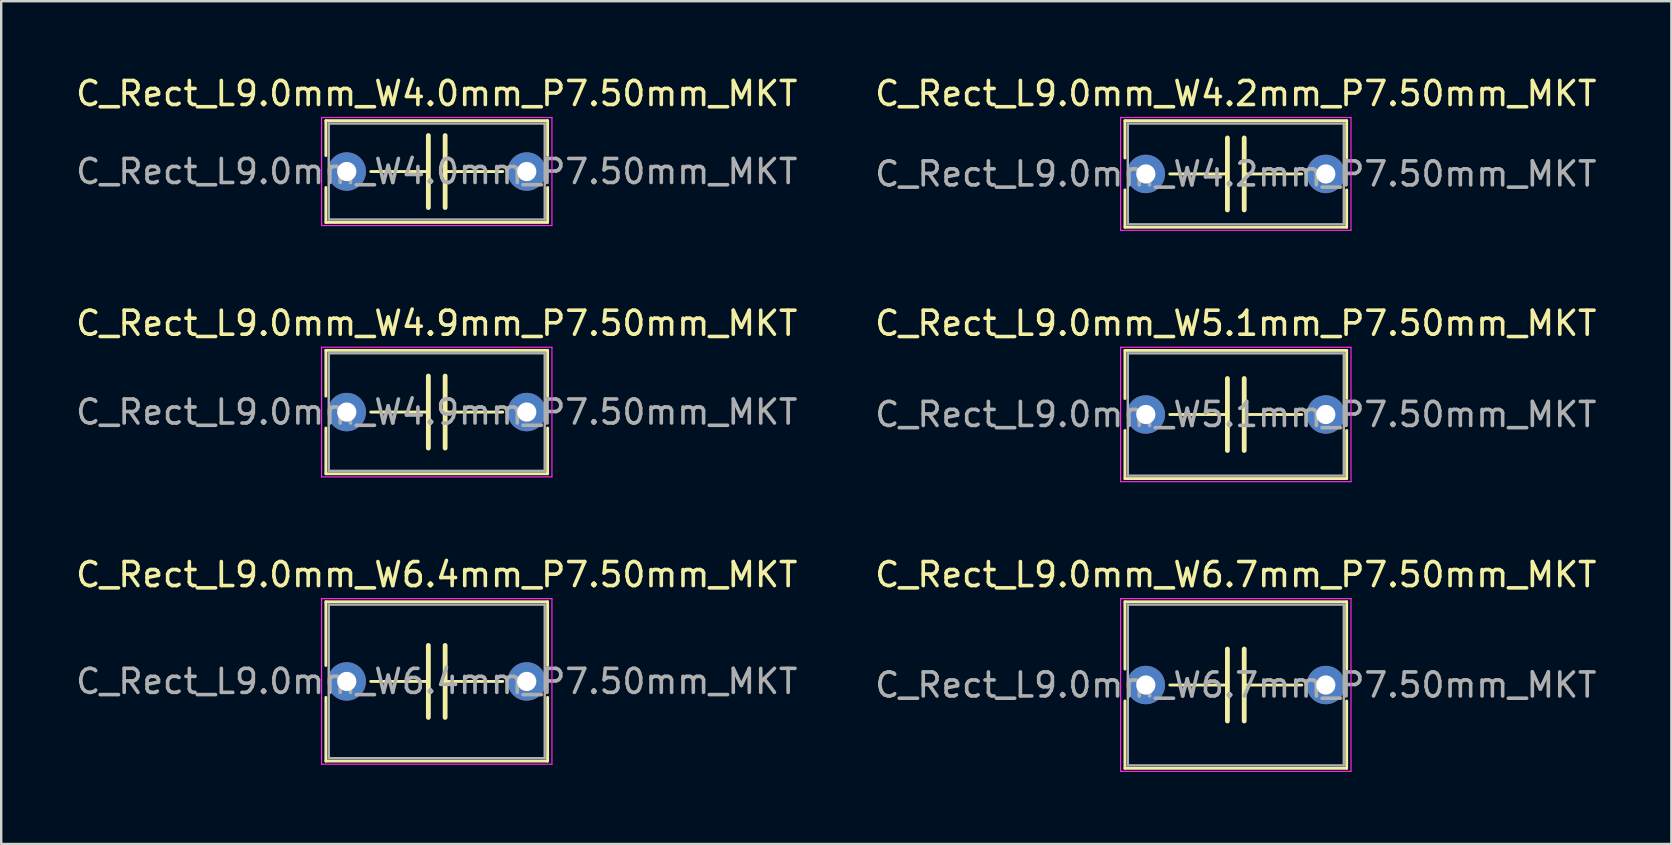
<source format=kicad_pcb>
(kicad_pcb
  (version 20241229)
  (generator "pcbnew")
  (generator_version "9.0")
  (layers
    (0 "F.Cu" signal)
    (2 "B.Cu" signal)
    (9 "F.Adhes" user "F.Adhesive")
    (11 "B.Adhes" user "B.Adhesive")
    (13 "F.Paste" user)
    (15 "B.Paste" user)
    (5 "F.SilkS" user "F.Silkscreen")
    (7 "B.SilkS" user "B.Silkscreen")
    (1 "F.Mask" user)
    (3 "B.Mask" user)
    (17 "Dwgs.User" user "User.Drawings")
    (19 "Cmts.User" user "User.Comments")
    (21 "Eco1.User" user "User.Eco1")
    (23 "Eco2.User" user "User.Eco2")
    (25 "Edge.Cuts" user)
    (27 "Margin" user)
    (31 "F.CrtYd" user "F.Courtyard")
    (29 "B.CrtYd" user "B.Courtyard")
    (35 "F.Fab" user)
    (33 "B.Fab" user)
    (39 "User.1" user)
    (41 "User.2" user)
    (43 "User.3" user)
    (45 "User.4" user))
  (footprint "C_Rect_L9.0mm_W5.1mm_P7.50mm_MKT"
    (layer "F.Cu")
    (at 44.696 14.222)
    (property "Reference" "C_Rect_L9.0mm_W5.1mm_P7.50mm_MKT" (at 3.75 -3.8 0) (layer "F.SilkS") (effects (font (size 1 1) (thickness 0.15))))
    (attr through_hole)
    (fp_line (start -0.87 -2.67) (end -0.87 -0.665) (stroke (width 0.12) (type solid)) (layer "F.SilkS"))
    (fp_line (start -0.87 -2.67) (end 8.37 -2.67) (stroke (width 0.12) (type solid)) (layer "F.SilkS"))
    (fp_line (start -0.87 0.665) (end -0.87 2.67) (stroke (width 0.12) (type solid)) (layer "F.SilkS"))
    (fp_line (start -0.87 2.67) (end 8.37 2.67) (stroke (width 0.12) (type solid)) (layer "F.SilkS"))
    (fp_line (start 1 0) (end 3.4 0) (stroke (width 0.12) (type solid)) (layer "F.SilkS"))
    (fp_line (start 3.4 -1.5) (end 3.4 1.5) (stroke (width 0.2) (type solid)) (layer "F.SilkS"))
    (fp_line (start 4.1 -1.5) (end 4.1 1.5) (stroke (width 0.2) (type solid)) (layer "F.SilkS"))
    (fp_line (start 4.1 0) (end 6.5 0) (stroke (width 0.12) (type solid)) (layer "F.SilkS"))
    (fp_line (start 8.37 -2.67) (end 8.37 -0.665) (stroke (width 0.12) (type solid)) (layer "F.SilkS"))
    (fp_line (start 8.37 0.665) (end 8.37 2.67) (stroke (width 0.12) (type solid)) (layer "F.SilkS"))
    (fp_line (start -1.05 -2.8) (end -1.05 2.8) (stroke (width 0.05) (type solid)) (layer "F.CrtYd"))
    (fp_line (start -1.05 2.8) (end 8.55 2.8) (stroke (width 0.05) (type solid)) (layer "F.CrtYd"))
    (fp_line (start 8.55 -2.8) (end -1.05 -2.8) (stroke (width 0.05) (type solid)) (layer "F.CrtYd"))
    (fp_line (start 8.55 2.8) (end 8.55 -2.8) (stroke (width 0.05) (type solid)) (layer "F.CrtYd"))
    (fp_line (start -0.75 -2.55) (end -0.75 2.55) (stroke (width 0.1) (type solid)) (layer "F.Fab"))
    (fp_line (start -0.75 2.55) (end 8.25 2.55) (stroke (width 0.1) (type solid)) (layer "F.Fab"))
    (fp_line (start 8.25 -2.55) (end -0.75 -2.55) (stroke (width 0.1) (type solid)) (layer "F.Fab"))
    (fp_line (start 8.25 2.55) (end 8.25 -2.55) (stroke (width 0.1) (type solid)) (layer "F.Fab"))
    (fp_text user "${REFERENCE}" (at 3.75 0 0) (layer "F.Fab") (effects (font (size 1 1) (thickness 0.15))))
    (pad "1" thru_hole circle (at 0 0) (size 1.6 1.6) (drill 0.8) (layers "*.Cu" "*.Mask"))
    (pad "2" thru_hole circle (at 7.5 0) (size 1.6 1.6) (drill 0.8) (layers "*.Cu" "*.Mask")))
  (footprint "C_Rect_L9.0mm_W4.9mm_P7.50mm_MKT"
    (layer "F.Cu")
    (at 11.399 14.121)
    (property "Reference" "C_Rect_L9.0mm_W4.9mm_P7.50mm_MKT" (at 3.75 -3.7 0) (layer "F.SilkS") (effects (font (size 1 1) (thickness 0.15))))
    (attr through_hole)
    (fp_line (start -0.87 -2.571) (end -0.87 -0.665) (stroke (width 0.12) (type solid)) (layer "F.SilkS"))
    (fp_line (start -0.87 -2.571) (end 8.37 -2.571) (stroke (width 0.12) (type solid)) (layer "F.SilkS"))
    (fp_line (start -0.87 0.665) (end -0.87 2.571) (stroke (width 0.12) (type solid)) (layer "F.SilkS"))
    (fp_line (start -0.87 2.571) (end 8.37 2.571) (stroke (width 0.12) (type solid)) (layer "F.SilkS"))
    (fp_line (start 1 0) (end 3.4 0) (stroke (width 0.12) (type solid)) (layer "F.SilkS"))
    (fp_line (start 3.4 -1.5) (end 3.4 1.5) (stroke (width 0.2) (type solid)) (layer "F.SilkS"))
    (fp_line (start 4.1 -1.5) (end 4.1 1.5) (stroke (width 0.2) (type solid)) (layer "F.SilkS"))
    (fp_line (start 4.1 0) (end 6.5 0) (stroke (width 0.12) (type solid)) (layer "F.SilkS"))
    (fp_line (start 8.37 -2.571) (end 8.37 -0.665) (stroke (width 0.12) (type solid)) (layer "F.SilkS"))
    (fp_line (start 8.37 0.665) (end 8.37 2.571) (stroke (width 0.12) (type solid)) (layer "F.SilkS"))
    (fp_line (start -1.05 -2.7) (end -1.05 2.7) (stroke (width 0.05) (type solid)) (layer "F.CrtYd"))
    (fp_line (start -1.05 2.7) (end 8.55 2.7) (stroke (width 0.05) (type solid)) (layer "F.CrtYd"))
    (fp_line (start 8.55 -2.7) (end -1.05 -2.7) (stroke (width 0.05) (type solid)) (layer "F.CrtYd"))
    (fp_line (start 8.55 2.7) (end 8.55 -2.7) (stroke (width 0.05) (type solid)) (layer "F.CrtYd"))
    (fp_line (start -0.75 -2.45) (end -0.75 2.45) (stroke (width 0.1) (type solid)) (layer "F.Fab"))
    (fp_line (start -0.75 2.45) (end 8.25 2.45) (stroke (width 0.1) (type solid)) (layer "F.Fab"))
    (fp_line (start 8.25 -2.45) (end -0.75 -2.45) (stroke (width 0.1) (type solid)) (layer "F.Fab"))
    (fp_line (start 8.25 2.45) (end 8.25 -2.45) (stroke (width 0.1) (type solid)) (layer "F.Fab"))
    (fp_text user "${REFERENCE}" (at 3.75 0 0) (layer "F.Fab") (effects (font (size 1 1) (thickness 0.15))))
    (pad "1" thru_hole circle (at 0 0) (size 1.6 1.6) (drill 0.8) (layers "*.Cu" "*.Mask"))
    (pad "2" thru_hole circle (at 7.5 0) (size 1.6 1.6) (drill 0.8) (layers "*.Cu" "*.Mask")))
  (footprint "C_Rect_L9.0mm_W6.7mm_P7.50mm_MKT"
    (layer "F.Cu")
    (at 44.696 25.495)
    (property "Reference" "C_Rect_L9.0mm_W6.7mm_P7.50mm_MKT" (at 3.75 -4.6 0) (layer "F.SilkS") (effects (font (size 1 1) (thickness 0.15))))
    (attr through_hole)
    (fp_line (start -0.87 -3.47) (end -0.87 -0.665) (stroke (width 0.12) (type solid)) (layer "F.SilkS"))
    (fp_line (start -0.87 -3.47) (end 8.37 -3.47) (stroke (width 0.12) (type solid)) (layer "F.SilkS"))
    (fp_line (start -0.87 0.665) (end -0.87 3.47) (stroke (width 0.12) (type solid)) (layer "F.SilkS"))
    (fp_line (start -0.87 3.47) (end 8.37 3.47) (stroke (width 0.12) (type solid)) (layer "F.SilkS"))
    (fp_line (start 1 0) (end 3.4 0) (stroke (width 0.12) (type solid)) (layer "F.SilkS"))
    (fp_line (start 3.4 -1.5) (end 3.4 1.5) (stroke (width 0.2) (type solid)) (layer "F.SilkS"))
    (fp_line (start 4.1 -1.5) (end 4.1 1.5) (stroke (width 0.2) (type solid)) (layer "F.SilkS"))
    (fp_line (start 4.1 0) (end 6.5 0) (stroke (width 0.12) (type solid)) (layer "F.SilkS"))
    (fp_line (start 8.37 -3.47) (end 8.37 -0.665) (stroke (width 0.12) (type solid)) (layer "F.SilkS"))
    (fp_line (start 8.37 0.665) (end 8.37 3.47) (stroke (width 0.12) (type solid)) (layer "F.SilkS"))
    (fp_line (start -1.05 -3.6) (end -1.05 3.6) (stroke (width 0.05) (type solid)) (layer "F.CrtYd"))
    (fp_line (start -1.05 3.6) (end 8.55 3.6) (stroke (width 0.05) (type solid)) (layer "F.CrtYd"))
    (fp_line (start 8.55 -3.6) (end -1.05 -3.6) (stroke (width 0.05) (type solid)) (layer "F.CrtYd"))
    (fp_line (start 8.55 3.6) (end 8.55 -3.6) (stroke (width 0.05) (type solid)) (layer "F.CrtYd"))
    (fp_line (start -0.75 -3.35) (end -0.75 3.35) (stroke (width 0.1) (type solid)) (layer "F.Fab"))
    (fp_line (start -0.75 3.35) (end 8.25 3.35) (stroke (width 0.1) (type solid)) (layer "F.Fab"))
    (fp_line (start 8.25 -3.35) (end -0.75 -3.35) (stroke (width 0.1) (type solid)) (layer "F.Fab"))
    (fp_line (start 8.25 3.35) (end 8.25 -3.35) (stroke (width 0.1) (type solid)) (layer "F.Fab"))
    (fp_text user "${REFERENCE}" (at 3.75 0 0) (layer "F.Fab") (effects (font (size 1 1) (thickness 0.15))))
    (pad "1" thru_hole circle (at 0 0) (size 1.6 1.6) (drill 0.8) (layers "*.Cu" "*.Mask"))
    (pad "2" thru_hole circle (at 7.5 0) (size 1.6 1.6) (drill 0.8) (layers "*.Cu" "*.Mask")))
  (footprint "C_Rect_L9.0mm_W4.2mm_P7.50mm_MKT"
    (layer "F.Cu")
    (at 44.696 4.198)
    (property "Reference" "C_Rect_L9.0mm_W4.2mm_P7.50mm_MKT" (at 3.75 -3.35 0) (layer "F.SilkS") (effects (font (size 1 1) (thickness 0.15))))
    (attr through_hole)
    (fp_line (start -0.87 -2.22) (end -0.87 -0.665) (stroke (width 0.12) (type solid)) (layer "F.SilkS"))
    (fp_line (start -0.87 -2.22) (end 8.37 -2.22) (stroke (width 0.12) (type solid)) (layer "F.SilkS"))
    (fp_line (start -0.87 0.665) (end -0.87 2.22) (stroke (width 0.12) (type solid)) (layer "F.SilkS"))
    (fp_line (start -0.87 2.22) (end 8.37 2.22) (stroke (width 0.12) (type solid)) (layer "F.SilkS"))
    (fp_line (start 1 0) (end 3.4 0) (stroke (width 0.12) (type solid)) (layer "F.SilkS"))
    (fp_line (start 3.4 -1.5) (end 3.4 1.5) (stroke (width 0.2) (type solid)) (layer "F.SilkS"))
    (fp_line (start 4.1 -1.5) (end 4.1 1.5) (stroke (width 0.2) (type solid)) (layer "F.SilkS"))
    (fp_line (start 4.1 0) (end 6.5 0) (stroke (width 0.12) (type solid)) (layer "F.SilkS"))
    (fp_line (start 8.37 -2.22) (end 8.37 -0.665) (stroke (width 0.12) (type solid)) (layer "F.SilkS"))
    (fp_line (start 8.37 0.665) (end 8.37 2.22) (stroke (width 0.12) (type solid)) (layer "F.SilkS"))
    (fp_line (start -1.05 -2.35) (end -1.05 2.35) (stroke (width 0.05) (type solid)) (layer "F.CrtYd"))
    (fp_line (start -1.05 2.35) (end 8.55 2.35) (stroke (width 0.05) (type solid)) (layer "F.CrtYd"))
    (fp_line (start 8.55 -2.35) (end -1.05 -2.35) (stroke (width 0.05) (type solid)) (layer "F.CrtYd"))
    (fp_line (start 8.55 2.35) (end 8.55 -2.35) (stroke (width 0.05) (type solid)) (layer "F.CrtYd"))
    (fp_line (start -0.75 -2.1) (end -0.75 2.1) (stroke (width 0.1) (type solid)) (layer "F.Fab"))
    (fp_line (start -0.75 2.1) (end 8.25 2.1) (stroke (width 0.1) (type solid)) (layer "F.Fab"))
    (fp_line (start 8.25 -2.1) (end -0.75 -2.1) (stroke (width 0.1) (type solid)) (layer "F.Fab"))
    (fp_line (start 8.25 2.1) (end 8.25 -2.1) (stroke (width 0.1) (type solid)) (layer "F.Fab"))
    (fp_text user "${REFERENCE}" (at 3.75 0 0) (layer "F.Fab") (effects (font (size 1 1) (thickness 0.15))))
    (pad "1" thru_hole circle (at 0 0) (size 1.6 1.6) (drill 0.8) (layers "*.Cu" "*.Mask"))
    (pad "2" thru_hole circle (at 7.5 0) (size 1.6 1.6) (drill 0.8) (layers "*.Cu" "*.Mask")))
  (footprint "C_Rect_L9.0mm_W6.4mm_P7.50mm_MKT"
    (layer "F.Cu")
    (at 11.399 25.345)
    (property "Reference" "C_Rect_L9.0mm_W6.4mm_P7.50mm_MKT" (at 3.75 -4.45 0) (layer "F.SilkS") (effects (font (size 1 1) (thickness 0.15))))
    (attr through_hole)
    (fp_line (start -0.87 -3.32) (end -0.87 -0.665) (stroke (width 0.12) (type solid)) (layer "F.SilkS"))
    (fp_line (start -0.87 -3.32) (end 8.37 -3.32) (stroke (width 0.12) (type solid)) (layer "F.SilkS"))
    (fp_line (start -0.87 0.665) (end -0.87 3.32) (stroke (width 0.12) (type solid)) (layer "F.SilkS"))
    (fp_line (start -0.87 3.32) (end 8.37 3.32) (stroke (width 0.12) (type solid)) (layer "F.SilkS"))
    (fp_line (start 1 0) (end 3.4 0) (stroke (width 0.12) (type solid)) (layer "F.SilkS"))
    (fp_line (start 3.4 -1.5) (end 3.4 1.5) (stroke (width 0.2) (type solid)) (layer "F.SilkS"))
    (fp_line (start 4.1 -1.5) (end 4.1 1.5) (stroke (width 0.2) (type solid)) (layer "F.SilkS"))
    (fp_line (start 4.1 0) (end 6.5 0) (stroke (width 0.12) (type solid)) (layer "F.SilkS"))
    (fp_line (start 8.37 -3.32) (end 8.37 -0.665) (stroke (width 0.12) (type solid)) (layer "F.SilkS"))
    (fp_line (start 8.37 0.665) (end 8.37 3.32) (stroke (width 0.12) (type solid)) (layer "F.SilkS"))
    (fp_line (start -1.05 -3.45) (end -1.05 3.45) (stroke (width 0.05) (type solid)) (layer "F.CrtYd"))
    (fp_line (start -1.05 3.45) (end 8.55 3.45) (stroke (width 0.05) (type solid)) (layer "F.CrtYd"))
    (fp_line (start 8.55 -3.45) (end -1.05 -3.45) (stroke (width 0.05) (type solid)) (layer "F.CrtYd"))
    (fp_line (start 8.55 3.45) (end 8.55 -3.45) (stroke (width 0.05) (type solid)) (layer "F.CrtYd"))
    (fp_line (start -0.75 -3.2) (end -0.75 3.2) (stroke (width 0.1) (type solid)) (layer "F.Fab"))
    (fp_line (start -0.75 3.2) (end 8.25 3.2) (stroke (width 0.1) (type solid)) (layer "F.Fab"))
    (fp_line (start 8.25 -3.2) (end -0.75 -3.2) (stroke (width 0.1) (type solid)) (layer "F.Fab"))
    (fp_line (start 8.25 3.2) (end 8.25 -3.2) (stroke (width 0.1) (type solid)) (layer "F.Fab"))
    (fp_text user "${REFERENCE}" (at 3.75 0 0) (layer "F.Fab") (effects (font (size 1 1) (thickness 0.15))))
    (pad "1" thru_hole circle (at 0 0) (size 1.6 1.6) (drill 0.8) (layers "*.Cu" "*.Mask"))
    (pad "2" thru_hole circle (at 7.5 0) (size 1.6 1.6) (drill 0.8) (layers "*.Cu" "*.Mask")))
  (footprint "C_Rect_L9.0mm_W4.0mm_P7.50mm_MKT"
    (layer "F.Cu")
    (at 11.399 4.098)
    (property "Reference" "C_Rect_L9.0mm_W4.0mm_P7.50mm_MKT" (at 3.75 -3.25 0) (layer "F.SilkS") (effects (font (size 1 1) (thickness 0.15))))
    (attr through_hole)
    (fp_line (start -0.87 -2.12) (end -0.87 -0.665) (stroke (width 0.12) (type solid)) (layer "F.SilkS"))
    (fp_line (start -0.87 -2.12) (end 8.37 -2.12) (stroke (width 0.12) (type solid)) (layer "F.SilkS"))
    (fp_line (start -0.87 0.665) (end -0.87 2.12) (stroke (width 0.12) (type solid)) (layer "F.SilkS"))
    (fp_line (start -0.87 2.12) (end 8.37 2.12) (stroke (width 0.12) (type solid)) (layer "F.SilkS"))
    (fp_line (start 1 0) (end 3.4 0) (stroke (width 0.12) (type solid)) (layer "F.SilkS"))
    (fp_line (start 3.4 -1.5) (end 3.4 1.5) (stroke (width 0.2) (type solid)) (layer "F.SilkS"))
    (fp_line (start 4.1 -1.5) (end 4.1 1.5) (stroke (width 0.2) (type solid)) (layer "F.SilkS"))
    (fp_line (start 4.1 0) (end 6.5 0) (stroke (width 0.12) (type solid)) (layer "F.SilkS"))
    (fp_line (start 8.37 -2.12) (end 8.37 -0.665) (stroke (width 0.12) (type solid)) (layer "F.SilkS"))
    (fp_line (start 8.37 0.665) (end 8.37 2.12) (stroke (width 0.12) (type solid)) (layer "F.SilkS"))
    (fp_line (start -1.05 -2.25) (end -1.05 2.25) (stroke (width 0.05) (type solid)) (layer "F.CrtYd"))
    (fp_line (start -1.05 2.25) (end 8.55 2.25) (stroke (width 0.05) (type solid)) (layer "F.CrtYd"))
    (fp_line (start 8.55 -2.25) (end -1.05 -2.25) (stroke (width 0.05) (type solid)) (layer "F.CrtYd"))
    (fp_line (start 8.55 2.25) (end 8.55 -2.25) (stroke (width 0.05) (type solid)) (layer "F.CrtYd"))
    (fp_line (start -0.75 -2) (end -0.75 2) (stroke (width 0.1) (type solid)) (layer "F.Fab"))
    (fp_line (start -0.75 2) (end 8.25 2) (stroke (width 0.1) (type solid)) (layer "F.Fab"))
    (fp_line (start 8.25 -2) (end -0.75 -2) (stroke (width 0.1) (type solid)) (layer "F.Fab"))
    (fp_line (start 8.25 2) (end 8.25 -2) (stroke (width 0.1) (type solid)) (layer "F.Fab"))
    (fp_text user "${REFERENCE}" (at 3.75 0 0) (layer "F.Fab") (effects (font (size 1 1) (thickness 0.15))))
    (pad "1" thru_hole circle (at 0 0) (size 1.6 1.6) (drill 0.8) (layers "*.Cu" "*.Mask"))
    (pad "2" thru_hole circle (at 7.5 0) (size 1.6 1.6) (drill 0.8) (layers "*.Cu" "*.Mask")))
  (gr_rect
    (start -3 -3)
    (end 66.595 32.12)
    (stroke (width 0.1) (type default))
    (fill no)
    (layer "Edge.Cuts")))
</source>
